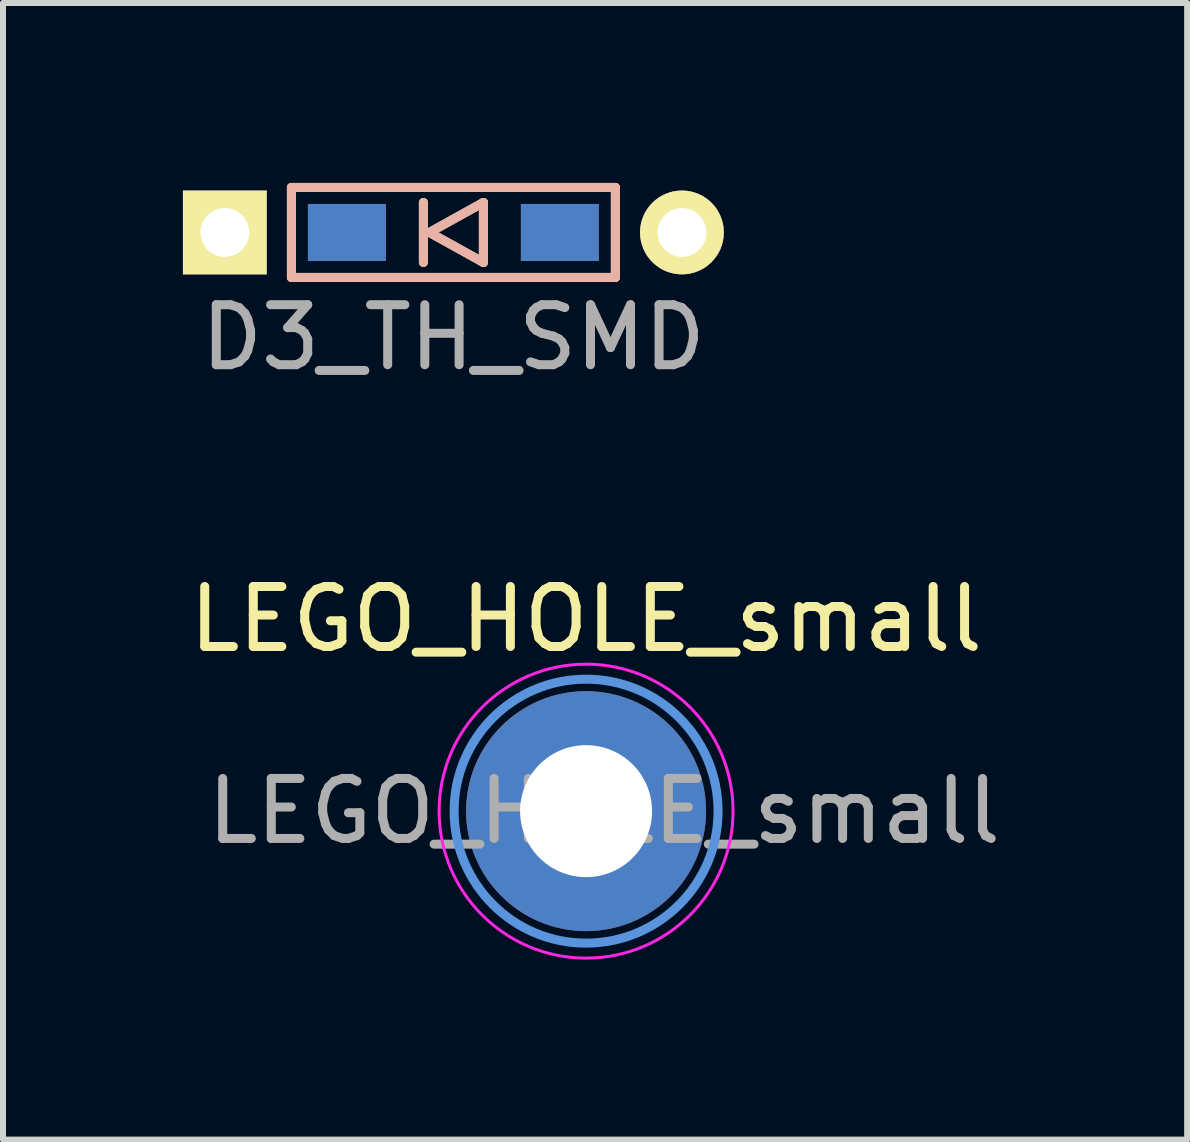
<source format=kicad_pcb>
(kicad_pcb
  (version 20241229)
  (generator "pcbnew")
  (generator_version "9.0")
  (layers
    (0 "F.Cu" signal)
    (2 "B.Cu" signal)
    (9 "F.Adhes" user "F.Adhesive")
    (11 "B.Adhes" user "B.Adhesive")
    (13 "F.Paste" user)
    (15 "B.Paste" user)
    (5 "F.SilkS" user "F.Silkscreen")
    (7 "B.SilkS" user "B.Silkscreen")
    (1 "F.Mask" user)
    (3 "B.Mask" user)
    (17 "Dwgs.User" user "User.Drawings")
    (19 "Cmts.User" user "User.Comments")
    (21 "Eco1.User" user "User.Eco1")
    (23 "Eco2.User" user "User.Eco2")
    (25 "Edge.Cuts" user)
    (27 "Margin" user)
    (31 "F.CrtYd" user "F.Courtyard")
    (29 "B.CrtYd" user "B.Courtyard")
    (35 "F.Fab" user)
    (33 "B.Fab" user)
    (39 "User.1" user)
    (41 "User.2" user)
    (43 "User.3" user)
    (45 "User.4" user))
  (footprint "D3_TH_SMD"
    (layer "F.Cu")
    (at 4.508 0.825)
    (property "Reference" "D3_TH_SMD" (at 0 1.75 0) (layer "F.Fab") (effects (font (size 1 1) (thickness 0.15))))
    (attr through_hole)
    (fp_line (start -2.7 -0.75) (end -2.7 0.75) (stroke (width 0.15) (type solid)) (layer "F.SilkS"))
    (fp_line (start -2.7 0.75) (end 2.7 0.75) (stroke (width 0.15) (type solid)) (layer "F.SilkS"))
    (fp_line (start -0.5 -0.5) (end -0.5 0.5) (stroke (width 0.15) (type solid)) (layer "F.SilkS"))
    (fp_line (start -0.4 0) (end 0.5 -0.5) (stroke (width 0.15) (type solid)) (layer "F.SilkS"))
    (fp_line (start 0.5 -0.5) (end 0.5 0.5) (stroke (width 0.15) (type solid)) (layer "F.SilkS"))
    (fp_line (start 0.5 0.5) (end -0.4 0) (stroke (width 0.15) (type solid)) (layer "F.SilkS"))
    (fp_line (start 2.7 -0.75) (end -2.7 -0.75) (stroke (width 0.15) (type solid)) (layer "F.SilkS"))
    (fp_line (start 2.7 0.75) (end 2.7 -0.75) (stroke (width 0.15) (type solid)) (layer "F.SilkS"))
    (fp_line (start -2.7 -0.75) (end -2.7 0.75) (stroke (width 0.15) (type solid)) (layer "B.SilkS"))
    (fp_line (start -2.7 0.75) (end 2.7 0.75) (stroke (width 0.15) (type solid)) (layer "B.SilkS"))
    (fp_line (start -0.5 -0.5) (end -0.5 0.5) (stroke (width 0.15) (type solid)) (layer "B.SilkS"))
    (fp_line (start -0.4 0) (end 0.5 -0.5) (stroke (width 0.15) (type solid)) (layer "B.SilkS"))
    (fp_line (start 0.5 -0.5) (end 0.5 0.5) (stroke (width 0.15) (type solid)) (layer "B.SilkS"))
    (fp_line (start 0.5 0.5) (end -0.4 0) (stroke (width 0.15) (type solid)) (layer "B.SilkS"))
    (fp_line (start 2.7 -0.75) (end -2.7 -0.75) (stroke (width 0.15) (type solid)) (layer "B.SilkS"))
    (fp_line (start 2.7 0.75) (end 2.7 -0.75) (stroke (width 0.15) (type solid)) (layer "B.SilkS"))
    (pad "1" thru_hole rect (at -3.81 0) (size 1.397 1.397) (drill 0.813) (layers "*.Cu" "*.Mask" "F.SilkS"))
    (pad "1" smd rect (at -1.775 0) (size 1.3 0.95) (layers "F.Cu" "F.Mask" "F.Paste"))
    (pad "1" smd rect (at -1.775 0) (size 1.3 0.95) (layers "B.Cu" "B.Mask" "B.Paste"))
    (pad "2" smd rect (at 1.775 0) (size 1.3 0.95) (layers "F.Cu" "F.Mask" "F.Paste"))
    (pad "2" smd rect (at 1.775 0) (size 1.3 0.95) (layers "B.Cu" "B.Mask" "B.Paste"))
    (pad "2" thru_hole circle (at 3.81 0) (size 1.397 1.397) (drill 0.813) (layers "*.Cu" "*.Mask" "F.SilkS")))
  (footprint "LEGO_HOLE_small"
    (layer "F.Cu")
    (at 6.72 10.472)
    (property "Reference" "LEGO_HOLE_small" (at 0 -3.2 0) (layer "F.SilkS") (effects (font (size 1 1) (thickness 0.15))))
    (attr exclude_from_pos_files exclude_from_bom)
    (fp_circle (center 0 0) (end 2.2 0) (stroke (width 0.15) (type solid)) (fill no) (layer "Cmts.User"))
    (fp_circle (center 0 0) (end 2.45 0) (stroke (width 0.05) (type solid)) (fill no) (layer "F.CrtYd"))
    (fp_text user "${REFERENCE}" (at 0.3 0 0) (layer "F.Fab") (effects (font (size 1 1) (thickness 0.15))))
    (pad "" thru_hole circle (at 0 0) (size 4 4) (drill 2.2) (layers "*.Cu" "*.Mask")))
  (gr_rect
    (start -3 -3)
    (end 16.74 15.947)
    (stroke (width 0.1) (type default))
    (fill no)
    (layer "Edge.Cuts")))
</source>
